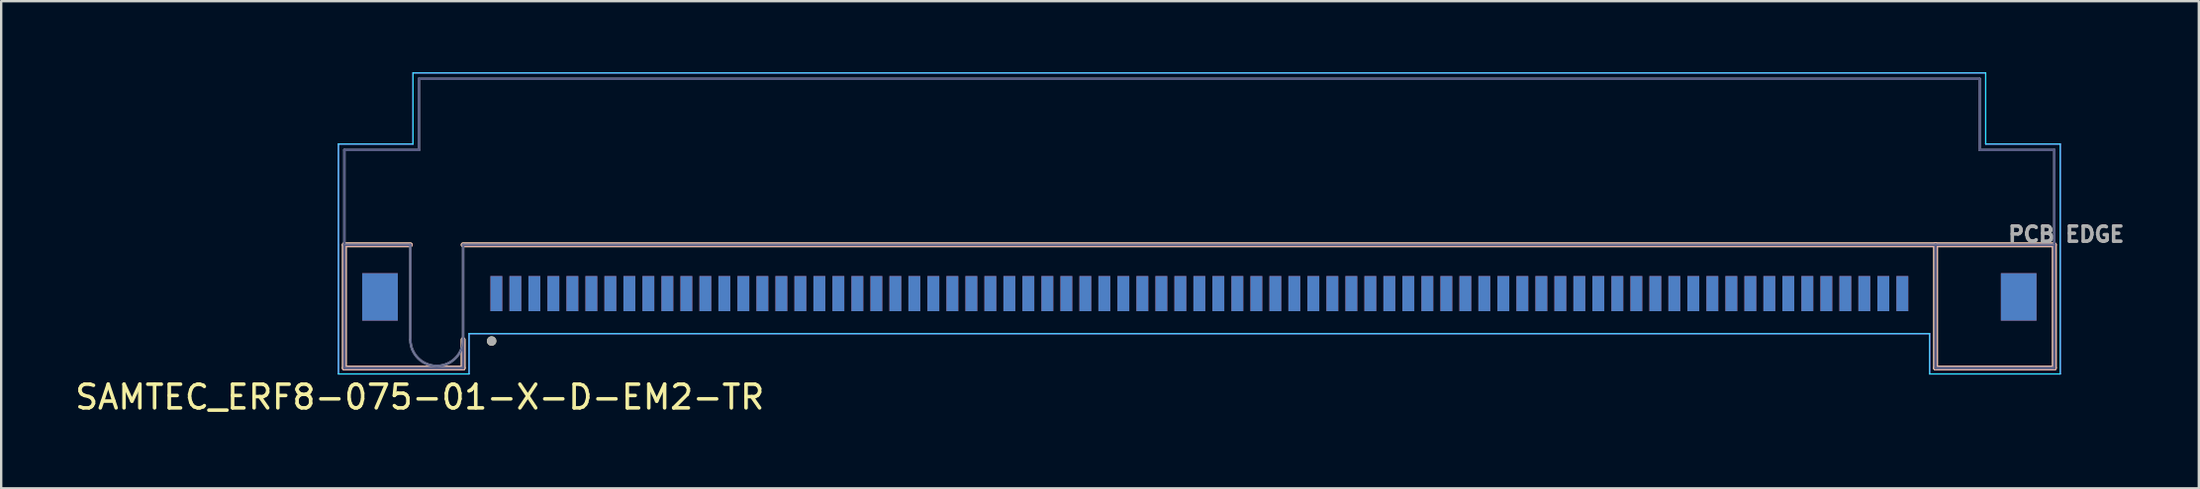
<source format=kicad_pcb>
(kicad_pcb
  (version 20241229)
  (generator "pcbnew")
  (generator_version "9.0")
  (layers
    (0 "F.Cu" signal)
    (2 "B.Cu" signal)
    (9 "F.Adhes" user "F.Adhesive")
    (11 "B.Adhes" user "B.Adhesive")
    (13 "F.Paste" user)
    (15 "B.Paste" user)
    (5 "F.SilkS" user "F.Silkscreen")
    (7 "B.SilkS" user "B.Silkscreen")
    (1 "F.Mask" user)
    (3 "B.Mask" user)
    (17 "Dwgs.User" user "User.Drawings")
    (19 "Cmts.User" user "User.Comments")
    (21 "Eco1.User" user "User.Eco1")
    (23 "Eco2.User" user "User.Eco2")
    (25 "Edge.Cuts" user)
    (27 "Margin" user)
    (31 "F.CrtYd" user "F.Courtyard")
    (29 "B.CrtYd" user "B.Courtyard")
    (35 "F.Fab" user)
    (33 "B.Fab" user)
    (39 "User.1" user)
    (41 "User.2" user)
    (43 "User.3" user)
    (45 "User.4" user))
  (footprint "SAMTEC_ERF8-075-01-X-D-EM2-TR"
    (layer "F.Cu")
    (at 47.45 9.335)
    (property "Reference" "SAMTEC_ERF8-075-01-X-D-EM2-TR" (at -32.825 4.365 0) (layer "F.SilkS") (effects (font (size 1 1) (thickness 0.15))))
    (attr smd)
    (fp_line (start -36 -2.06) (end -33.22 -2.06) (stroke (width 0.2) (type solid)) (layer "F.SilkS"))
    (fp_line (start -36 3.14) (end -36 -2.06) (stroke (width 0.2) (type solid)) (layer "F.SilkS"))
    (fp_line (start -31 -2.06) (end 31 -2.06) (stroke (width 0.2) (type solid)) (layer "F.SilkS"))
    (fp_line (start -31 3.14) (end -36 3.14) (stroke (width 0.2) (type solid)) (layer "F.SilkS"))
    (fp_line (start -31 3.14) (end -31 1.94) (stroke (width 0.2) (type solid)) (layer "F.SilkS"))
    (fp_line (start 31 -2.06) (end 36 -2.06) (stroke (width 0.2) (type solid)) (layer "F.SilkS"))
    (fp_line (start 31 3.14) (end 31 -2.06) (stroke (width 0.2) (type solid)) (layer "F.SilkS"))
    (fp_line (start 36 -2.06) (end 36 3.14) (stroke (width 0.2) (type solid)) (layer "F.SilkS"))
    (fp_line (start 36 3.14) (end 31 3.14) (stroke (width 0.2) (type solid)) (layer "F.SilkS"))
    (fp_circle (center -29.8 2) (end -29.7 2) (stroke (width 0.2) (type solid)) (fill no) (layer "F.SilkS"))
    (fp_line (start -36 -2.06) (end -33.22 -2.06) (stroke (width 0.2) (type solid)) (layer "B.SilkS"))
    (fp_line (start -36 3.14) (end -36 -2.06) (stroke (width 0.2) (type solid)) (layer "B.SilkS"))
    (fp_line (start -31 -2.06) (end 31 -2.06) (stroke (width 0.2) (type solid)) (layer "B.SilkS"))
    (fp_line (start -31 3.14) (end -36 3.14) (stroke (width 0.2) (type solid)) (layer "B.SilkS"))
    (fp_line (start -31 3.14) (end -31 1.94) (stroke (width 0.2) (type solid)) (layer "B.SilkS"))
    (fp_line (start 31 -2.06) (end 36 -2.06) (stroke (width 0.2) (type solid)) (layer "B.SilkS"))
    (fp_line (start 31 3.14) (end 31 -2.06) (stroke (width 0.2) (type solid)) (layer "B.SilkS"))
    (fp_line (start 36 -2.06) (end 36 3.14) (stroke (width 0.2) (type solid)) (layer "B.SilkS"))
    (fp_line (start 36 3.14) (end 31 3.14) (stroke (width 0.2) (type solid)) (layer "B.SilkS"))
    (fp_poly (pts (xy -29.78 1.44) (xy -29.42 1.44) (xy -29.42 0.17) (xy -29.6 -0.087) (xy -29.78 0.17)) (stroke (width 0.01) (type solid)) (fill yes) (layer "F.Paste"))
    (fp_poly (pts (xy -28.98 1.44) (xy -28.62 1.44) (xy -28.62 0.17) (xy -28.8 -0.087) (xy -28.98 0.17)) (stroke (width 0.01) (type solid)) (fill yes) (layer "F.Paste"))
    (fp_poly (pts (xy -28.18 1.44) (xy -27.82 1.44) (xy -27.82 0.17) (xy -28 -0.087) (xy -28.18 0.17)) (stroke (width 0.01) (type solid)) (fill yes) (layer "F.Paste"))
    (fp_poly (pts (xy -27.38 1.44) (xy -27.02 1.44) (xy -27.02 0.17) (xy -27.2 -0.087) (xy -27.38 0.17)) (stroke (width 0.01) (type solid)) (fill yes) (layer "F.Paste"))
    (fp_poly (pts (xy -26.58 1.44) (xy -26.22 1.44) (xy -26.22 0.17) (xy -26.4 -0.087) (xy -26.58 0.17)) (stroke (width 0.01) (type solid)) (fill yes) (layer "F.Paste"))
    (fp_poly (pts (xy -25.78 1.44) (xy -25.42 1.44) (xy -25.42 0.17) (xy -25.6 -0.087) (xy -25.78 0.17)) (stroke (width 0.01) (type solid)) (fill yes) (layer "F.Paste"))
    (fp_poly (pts (xy -24.98 1.44) (xy -24.62 1.44) (xy -24.62 0.17) (xy -24.8 -0.087) (xy -24.98 0.17)) (stroke (width 0.01) (type solid)) (fill yes) (layer "F.Paste"))
    (fp_poly (pts (xy -24.18 1.44) (xy -23.82 1.44) (xy -23.82 0.17) (xy -24 -0.087) (xy -24.18 0.17)) (stroke (width 0.01) (type solid)) (fill yes) (layer "F.Paste"))
    (fp_poly (pts (xy -23.38 1.44) (xy -23.02 1.44) (xy -23.02 0.17) (xy -23.2 -0.087) (xy -23.38 0.17)) (stroke (width 0.01) (type solid)) (fill yes) (layer "F.Paste"))
    (fp_poly (pts (xy -22.58 1.44) (xy -22.22 1.44) (xy -22.22 0.17) (xy -22.4 -0.087) (xy -22.58 0.17)) (stroke (width 0.01) (type solid)) (fill yes) (layer "F.Paste"))
    (fp_poly (pts (xy -21.78 1.44) (xy -21.42 1.44) (xy -21.42 0.17) (xy -21.6 -0.087) (xy -21.78 0.17)) (stroke (width 0.01) (type solid)) (fill yes) (layer "F.Paste"))
    (fp_poly (pts (xy -20.98 1.44) (xy -20.62 1.44) (xy -20.62 0.17) (xy -20.8 -0.087) (xy -20.98 0.17)) (stroke (width 0.01) (type solid)) (fill yes) (layer "F.Paste"))
    (fp_poly (pts (xy -20.18 1.44) (xy -19.82 1.44) (xy -19.82 0.17) (xy -20 -0.087) (xy -20.18 0.17)) (stroke (width 0.01) (type solid)) (fill yes) (layer "F.Paste"))
    (fp_poly (pts (xy -19.38 1.44) (xy -19.02 1.44) (xy -19.02 0.17) (xy -19.2 -0.087) (xy -19.38 0.17)) (stroke (width 0.01) (type solid)) (fill yes) (layer "F.Paste"))
    (fp_poly (pts (xy -18.58 1.44) (xy -18.22 1.44) (xy -18.22 0.17) (xy -18.4 -0.087) (xy -18.58 0.17)) (stroke (width 0.01) (type solid)) (fill yes) (layer "F.Paste"))
    (fp_poly (pts (xy -17.78 1.44) (xy -17.42 1.44) (xy -17.42 0.17) (xy -17.6 -0.087) (xy -17.78 0.17)) (stroke (width 0.01) (type solid)) (fill yes) (layer "F.Paste"))
    (fp_poly (pts (xy -16.98 1.44) (xy -16.62 1.44) (xy -16.62 0.17) (xy -16.8 -0.087) (xy -16.98 0.17)) (stroke (width 0.01) (type solid)) (fill yes) (layer "F.Paste"))
    (fp_poly (pts (xy -16.18 1.44) (xy -15.82 1.44) (xy -15.82 0.17) (xy -16 -0.087) (xy -16.18 0.17)) (stroke (width 0.01) (type solid)) (fill yes) (layer "F.Paste"))
    (fp_poly (pts (xy -15.38 1.44) (xy -15.02 1.44) (xy -15.02 0.17) (xy -15.2 -0.087) (xy -15.38 0.17)) (stroke (width 0.01) (type solid)) (fill yes) (layer "F.Paste"))
    (fp_poly (pts (xy -14.58 1.44) (xy -14.22 1.44) (xy -14.22 0.17) (xy -14.4 -0.087) (xy -14.58 0.17)) (stroke (width 0.01) (type solid)) (fill yes) (layer "F.Paste"))
    (fp_poly (pts (xy -13.78 1.44) (xy -13.42 1.44) (xy -13.42 0.17) (xy -13.6 -0.087) (xy -13.78 0.17)) (stroke (width 0.01) (type solid)) (fill yes) (layer "F.Paste"))
    (fp_poly (pts (xy -12.98 1.44) (xy -12.62 1.44) (xy -12.62 0.17) (xy -12.8 -0.087) (xy -12.98 0.17)) (stroke (width 0.01) (type solid)) (fill yes) (layer "F.Paste"))
    (fp_poly (pts (xy -12.18 1.44) (xy -11.82 1.44) (xy -11.82 0.17) (xy -12 -0.087) (xy -12.18 0.17)) (stroke (width 0.01) (type solid)) (fill yes) (layer "F.Paste"))
    (fp_poly (pts (xy -11.38 1.44) (xy -11.02 1.44) (xy -11.02 0.17) (xy -11.2 -0.087) (xy -11.38 0.17)) (stroke (width 0.01) (type solid)) (fill yes) (layer "F.Paste"))
    (fp_poly (pts (xy -10.58 1.44) (xy -10.22 1.44) (xy -10.22 0.17) (xy -10.4 -0.087) (xy -10.58 0.17)) (stroke (width 0.01) (type solid)) (fill yes) (layer "F.Paste"))
    (fp_poly (pts (xy -9.78 1.44) (xy -9.42 1.44) (xy -9.42 0.17) (xy -9.6 -0.087) (xy -9.78 0.17)) (stroke (width 0.01) (type solid)) (fill yes) (layer "F.Paste"))
    (fp_poly (pts (xy -8.98 1.44) (xy -8.62 1.44) (xy -8.62 0.17) (xy -8.8 -0.087) (xy -8.98 0.17)) (stroke (width 0.01) (type solid)) (fill yes) (layer "F.Paste"))
    (fp_poly (pts (xy -8.18 1.44) (xy -7.82 1.44) (xy -7.82 0.17) (xy -8 -0.087) (xy -8.18 0.17)) (stroke (width 0.01) (type solid)) (fill yes) (layer "F.Paste"))
    (fp_poly (pts (xy -7.38 1.44) (xy -7.02 1.44) (xy -7.02 0.17) (xy -7.2 -0.087) (xy -7.38 0.17)) (stroke (width 0.01) (type solid)) (fill yes) (layer "F.Paste"))
    (fp_poly (pts (xy -6.58 1.44) (xy -6.22 1.44) (xy -6.22 0.17) (xy -6.4 -0.087) (xy -6.58 0.17)) (stroke (width 0.01) (type solid)) (fill yes) (layer "F.Paste"))
    (fp_poly (pts (xy -5.78 1.44) (xy -5.42 1.44) (xy -5.42 0.17) (xy -5.6 -0.087) (xy -5.78 0.17)) (stroke (width 0.01) (type solid)) (fill yes) (layer "F.Paste"))
    (fp_poly (pts (xy -4.98 1.44) (xy -4.62 1.44) (xy -4.62 0.17) (xy -4.8 -0.087) (xy -4.98 0.17)) (stroke (width 0.01) (type solid)) (fill yes) (layer "F.Paste"))
    (fp_poly (pts (xy -4.18 1.44) (xy -3.82 1.44) (xy -3.82 0.17) (xy -4 -0.087) (xy -4.18 0.17)) (stroke (width 0.01) (type solid)) (fill yes) (layer "F.Paste"))
    (fp_poly (pts (xy -3.38 1.44) (xy -3.02 1.44) (xy -3.02 0.17) (xy -3.2 -0.087) (xy -3.38 0.17)) (stroke (width 0.01) (type solid)) (fill yes) (layer "F.Paste"))
    (fp_poly (pts (xy -2.58 1.44) (xy -2.22 1.44) (xy -2.22 0.17) (xy -2.4 -0.087) (xy -2.58 0.17)) (stroke (width 0.01) (type solid)) (fill yes) (layer "F.Paste"))
    (fp_poly (pts (xy -1.78 1.44) (xy -1.42 1.44) (xy -1.42 0.17) (xy -1.6 -0.087) (xy -1.78 0.17)) (stroke (width 0.01) (type solid)) (fill yes) (layer "F.Paste"))
    (fp_poly (pts (xy -0.98 1.44) (xy -0.62 1.44) (xy -0.62 0.17) (xy -0.8 -0.087) (xy -0.98 0.17)) (stroke (width 0.01) (type solid)) (fill yes) (layer "F.Paste"))
    (fp_poly (pts (xy -0.18 1.44) (xy 0.18 1.44) (xy 0.18 0.17) (xy 0 -0.087) (xy -0.18 0.17)) (stroke (width 0.01) (type solid)) (fill yes) (layer "F.Paste"))
    (fp_poly (pts (xy 0.62 1.44) (xy 0.98 1.44) (xy 0.98 0.17) (xy 0.8 -0.087) (xy 0.62 0.17)) (stroke (width 0.01) (type solid)) (fill yes) (layer "F.Paste"))
    (fp_poly (pts (xy 1.42 1.44) (xy 1.78 1.44) (xy 1.78 0.17) (xy 1.6 -0.087) (xy 1.42 0.17)) (stroke (width 0.01) (type solid)) (fill yes) (layer "F.Paste"))
    (fp_poly (pts (xy 2.22 1.44) (xy 2.58 1.44) (xy 2.58 0.17) (xy 2.4 -0.087) (xy 2.22 0.17)) (stroke (width 0.01) (type solid)) (fill yes) (layer "F.Paste"))
    (fp_poly (pts (xy 3.02 1.44) (xy 3.38 1.44) (xy 3.38 0.17) (xy 3.2 -0.087) (xy 3.02 0.17)) (stroke (width 0.01) (type solid)) (fill yes) (layer "F.Paste"))
    (fp_poly (pts (xy 3.82 1.44) (xy 4.18 1.44) (xy 4.18 0.17) (xy 4 -0.087) (xy 3.82 0.17)) (stroke (width 0.01) (type solid)) (fill yes) (layer "F.Paste"))
    (fp_poly (pts (xy 4.62 1.44) (xy 4.98 1.44) (xy 4.98 0.17) (xy 4.8 -0.087) (xy 4.62 0.17)) (stroke (width 0.01) (type solid)) (fill yes) (layer "F.Paste"))
    (fp_poly (pts (xy 5.42 1.44) (xy 5.78 1.44) (xy 5.78 0.17) (xy 5.6 -0.087) (xy 5.42 0.17)) (stroke (width 0.01) (type solid)) (fill yes) (layer "F.Paste"))
    (fp_poly (pts (xy 6.22 1.44) (xy 6.58 1.44) (xy 6.58 0.17) (xy 6.4 -0.087) (xy 6.22 0.17)) (stroke (width 0.01) (type solid)) (fill yes) (layer "F.Paste"))
    (fp_poly (pts (xy 7.02 1.44) (xy 7.38 1.44) (xy 7.38 0.17) (xy 7.2 -0.087) (xy 7.02 0.17)) (stroke (width 0.01) (type solid)) (fill yes) (layer "F.Paste"))
    (fp_poly (pts (xy 7.82 1.44) (xy 8.18 1.44) (xy 8.18 0.17) (xy 8 -0.087) (xy 7.82 0.17)) (stroke (width 0.01) (type solid)) (fill yes) (layer "F.Paste"))
    (fp_poly (pts (xy 8.62 1.44) (xy 8.98 1.44) (xy 8.98 0.17) (xy 8.8 -0.087) (xy 8.62 0.17)) (stroke (width 0.01) (type solid)) (fill yes) (layer "F.Paste"))
    (fp_poly (pts (xy 9.42 1.44) (xy 9.78 1.44) (xy 9.78 0.17) (xy 9.6 -0.087) (xy 9.42 0.17)) (stroke (width 0.01) (type solid)) (fill yes) (layer "F.Paste"))
    (fp_poly (pts (xy 10.22 1.44) (xy 10.58 1.44) (xy 10.58 0.17) (xy 10.4 -0.087) (xy 10.22 0.17)) (stroke (width 0.01) (type solid)) (fill yes) (layer "F.Paste"))
    (fp_poly (pts (xy 11.02 1.44) (xy 11.38 1.44) (xy 11.38 0.17) (xy 11.2 -0.087) (xy 11.02 0.17)) (stroke (width 0.01) (type solid)) (fill yes) (layer "F.Paste"))
    (fp_poly (pts (xy 11.82 1.44) (xy 12.18 1.44) (xy 12.18 0.17) (xy 12 -0.087) (xy 11.82 0.17)) (stroke (width 0.01) (type solid)) (fill yes) (layer "F.Paste"))
    (fp_poly (pts (xy 12.62 1.44) (xy 12.98 1.44) (xy 12.98 0.17) (xy 12.8 -0.087) (xy 12.62 0.17)) (stroke (width 0.01) (type solid)) (fill yes) (layer "F.Paste"))
    (fp_poly (pts (xy 13.42 1.44) (xy 13.78 1.44) (xy 13.78 0.17) (xy 13.6 -0.087) (xy 13.42 0.17)) (stroke (width 0.01) (type solid)) (fill yes) (layer "F.Paste"))
    (fp_poly (pts (xy 14.22 1.44) (xy 14.58 1.44) (xy 14.58 0.17) (xy 14.4 -0.087) (xy 14.22 0.17)) (stroke (width 0.01) (type solid)) (fill yes) (layer "F.Paste"))
    (fp_poly (pts (xy 15.02 1.44) (xy 15.38 1.44) (xy 15.38 0.17) (xy 15.2 -0.087) (xy 15.02 0.17)) (stroke (width 0.01) (type solid)) (fill yes) (layer "F.Paste"))
    (fp_poly (pts (xy 15.82 1.44) (xy 16.18 1.44) (xy 16.18 0.17) (xy 16 -0.087) (xy 15.82 0.17)) (stroke (width 0.01) (type solid)) (fill yes) (layer "F.Paste"))
    (fp_poly (pts (xy 16.62 1.44) (xy 16.98 1.44) (xy 16.98 0.17) (xy 16.8 -0.087) (xy 16.62 0.17)) (stroke (width 0.01) (type solid)) (fill yes) (layer "F.Paste"))
    (fp_poly (pts (xy 17.42 1.44) (xy 17.78 1.44) (xy 17.78 0.17) (xy 17.6 -0.087) (xy 17.42 0.17)) (stroke (width 0.01) (type solid)) (fill yes) (layer "F.Paste"))
    (fp_poly (pts (xy 18.22 1.44) (xy 18.58 1.44) (xy 18.58 0.17) (xy 18.4 -0.087) (xy 18.22 0.17)) (stroke (width 0.01) (type solid)) (fill yes) (layer "F.Paste"))
    (fp_poly (pts (xy 19.02 1.44) (xy 19.38 1.44) (xy 19.38 0.17) (xy 19.2 -0.087) (xy 19.02 0.17)) (stroke (width 0.01) (type solid)) (fill yes) (layer "F.Paste"))
    (fp_poly (pts (xy 19.82 1.44) (xy 20.18 1.44) (xy 20.18 0.17) (xy 20 -0.087) (xy 19.82 0.17)) (stroke (width 0.01) (type solid)) (fill yes) (layer "F.Paste"))
    (fp_poly (pts (xy 20.62 1.44) (xy 20.98 1.44) (xy 20.98 0.17) (xy 20.8 -0.087) (xy 20.62 0.17)) (stroke (width 0.01) (type solid)) (fill yes) (layer "F.Paste"))
    (fp_poly (pts (xy 21.42 1.44) (xy 21.78 1.44) (xy 21.78 0.17) (xy 21.6 -0.087) (xy 21.42 0.17)) (stroke (width 0.01) (type solid)) (fill yes) (layer "F.Paste"))
    (fp_poly (pts (xy 22.22 1.44) (xy 22.58 1.44) (xy 22.58 0.17) (xy 22.4 -0.087) (xy 22.22 0.17)) (stroke (width 0.01) (type solid)) (fill yes) (layer "F.Paste"))
    (fp_poly (pts (xy 23.02 1.44) (xy 23.38 1.44) (xy 23.38 0.17) (xy 23.2 -0.087) (xy 23.02 0.17)) (stroke (width 0.01) (type solid)) (fill yes) (layer "F.Paste"))
    (fp_poly (pts (xy 23.82 1.44) (xy 24.18 1.44) (xy 24.18 0.17) (xy 24 -0.087) (xy 23.82 0.17)) (stroke (width 0.01) (type solid)) (fill yes) (layer "F.Paste"))
    (fp_poly (pts (xy 24.62 1.44) (xy 24.98 1.44) (xy 24.98 0.17) (xy 24.8 -0.087) (xy 24.62 0.17)) (stroke (width 0.01) (type solid)) (fill yes) (layer "F.Paste"))
    (fp_poly (pts (xy 25.42 1.44) (xy 25.78 1.44) (xy 25.78 0.17) (xy 25.6 -0.087) (xy 25.42 0.17)) (stroke (width 0.01) (type solid)) (fill yes) (layer "F.Paste"))
    (fp_poly (pts (xy 26.22 1.44) (xy 26.58 1.44) (xy 26.58 0.17) (xy 26.4 -0.087) (xy 26.22 0.17)) (stroke (width 0.01) (type solid)) (fill yes) (layer "F.Paste"))
    (fp_poly (pts (xy 27.02 1.44) (xy 27.38 1.44) (xy 27.38 0.17) (xy 27.2 -0.087) (xy 27.02 0.17)) (stroke (width 0.01) (type solid)) (fill yes) (layer "F.Paste"))
    (fp_poly (pts (xy 27.82 1.44) (xy 28.18 1.44) (xy 28.18 0.17) (xy 28 -0.087) (xy 27.82 0.17)) (stroke (width 0.01) (type solid)) (fill yes) (layer "F.Paste"))
    (fp_poly (pts (xy 28.62 1.44) (xy 28.98 1.44) (xy 28.98 0.17) (xy 28.8 -0.087) (xy 28.62 0.17)) (stroke (width 0.01) (type solid)) (fill yes) (layer "F.Paste"))
    (fp_poly (pts (xy 29.42 1.44) (xy 29.78 1.44) (xy 29.78 0.17) (xy 29.6 -0.087) (xy 29.42 0.17)) (stroke (width 0.01) (type solid)) (fill yes) (layer "F.Paste"))
    (fp_poly (pts (xy -29.78 1.44) (xy -29.42 1.44) (xy -29.42 0.17) (xy -29.6 -0.087) (xy -29.78 0.17)) (stroke (width 0.01) (type solid)) (fill yes) (layer "B.Paste"))
    (fp_poly (pts (xy -28.98 1.44) (xy -28.62 1.44) (xy -28.62 0.17) (xy -28.8 -0.087) (xy -28.98 0.17)) (stroke (width 0.01) (type solid)) (fill yes) (layer "B.Paste"))
    (fp_poly (pts (xy -28.18 1.44) (xy -27.82 1.44) (xy -27.82 0.17) (xy -28 -0.087) (xy -28.18 0.17)) (stroke (width 0.01) (type solid)) (fill yes) (layer "B.Paste"))
    (fp_poly (pts (xy -27.38 1.44) (xy -27.02 1.44) (xy -27.02 0.17) (xy -27.2 -0.087) (xy -27.38 0.17)) (stroke (width 0.01) (type solid)) (fill yes) (layer "B.Paste"))
    (fp_poly (pts (xy -26.58 1.44) (xy -26.22 1.44) (xy -26.22 0.17) (xy -26.4 -0.087) (xy -26.58 0.17)) (stroke (width 0.01) (type solid)) (fill yes) (layer "B.Paste"))
    (fp_poly (pts (xy -25.78 1.44) (xy -25.42 1.44) (xy -25.42 0.17) (xy -25.6 -0.087) (xy -25.78 0.17)) (stroke (width 0.01) (type solid)) (fill yes) (layer "B.Paste"))
    (fp_poly (pts (xy -24.98 1.44) (xy -24.62 1.44) (xy -24.62 0.17) (xy -24.8 -0.087) (xy -24.98 0.17)) (stroke (width 0.01) (type solid)) (fill yes) (layer "B.Paste"))
    (fp_poly (pts (xy -24.18 1.44) (xy -23.82 1.44) (xy -23.82 0.17) (xy -24 -0.087) (xy -24.18 0.17)) (stroke (width 0.01) (type solid)) (fill yes) (layer "B.Paste"))
    (fp_poly (pts (xy -23.38 1.44) (xy -23.02 1.44) (xy -23.02 0.17) (xy -23.2 -0.087) (xy -23.38 0.17)) (stroke (width 0.01) (type solid)) (fill yes) (layer "B.Paste"))
    (fp_poly (pts (xy -22.58 1.44) (xy -22.22 1.44) (xy -22.22 0.17) (xy -22.4 -0.087) (xy -22.58 0.17)) (stroke (width 0.01) (type solid)) (fill yes) (layer "B.Paste"))
    (fp_poly (pts (xy -21.78 1.44) (xy -21.42 1.44) (xy -21.42 0.17) (xy -21.6 -0.087) (xy -21.78 0.17)) (stroke (width 0.01) (type solid)) (fill yes) (layer "B.Paste"))
    (fp_poly (pts (xy -20.98 1.44) (xy -20.62 1.44) (xy -20.62 0.17) (xy -20.8 -0.087) (xy -20.98 0.17)) (stroke (width 0.01) (type solid)) (fill yes) (layer "B.Paste"))
    (fp_poly (pts (xy -20.18 1.44) (xy -19.82 1.44) (xy -19.82 0.17) (xy -20 -0.087) (xy -20.18 0.17)) (stroke (width 0.01) (type solid)) (fill yes) (layer "B.Paste"))
    (fp_poly (pts (xy -19.38 1.44) (xy -19.02 1.44) (xy -19.02 0.17) (xy -19.2 -0.087) (xy -19.38 0.17)) (stroke (width 0.01) (type solid)) (fill yes) (layer "B.Paste"))
    (fp_poly (pts (xy -18.58 1.44) (xy -18.22 1.44) (xy -18.22 0.17) (xy -18.4 -0.087) (xy -18.58 0.17)) (stroke (width 0.01) (type solid)) (fill yes) (layer "B.Paste"))
    (fp_poly (pts (xy -17.78 1.44) (xy -17.42 1.44) (xy -17.42 0.17) (xy -17.6 -0.087) (xy -17.78 0.17)) (stroke (width 0.01) (type solid)) (fill yes) (layer "B.Paste"))
    (fp_poly (pts (xy -16.98 1.44) (xy -16.62 1.44) (xy -16.62 0.17) (xy -16.8 -0.087) (xy -16.98 0.17)) (stroke (width 0.01) (type solid)) (fill yes) (layer "B.Paste"))
    (fp_poly (pts (xy -16.18 1.44) (xy -15.82 1.44) (xy -15.82 0.17) (xy -16 -0.087) (xy -16.18 0.17)) (stroke (width 0.01) (type solid)) (fill yes) (layer "B.Paste"))
    (fp_poly (pts (xy -15.38 1.44) (xy -15.02 1.44) (xy -15.02 0.17) (xy -15.2 -0.087) (xy -15.38 0.17)) (stroke (width 0.01) (type solid)) (fill yes) (layer "B.Paste"))
    (fp_poly (pts (xy -14.58 1.44) (xy -14.22 1.44) (xy -14.22 0.17) (xy -14.4 -0.087) (xy -14.58 0.17)) (stroke (width 0.01) (type solid)) (fill yes) (layer "B.Paste"))
    (fp_poly (pts (xy -13.78 1.44) (xy -13.42 1.44) (xy -13.42 0.17) (xy -13.6 -0.087) (xy -13.78 0.17)) (stroke (width 0.01) (type solid)) (fill yes) (layer "B.Paste"))
    (fp_poly (pts (xy -12.98 1.44) (xy -12.62 1.44) (xy -12.62 0.17) (xy -12.8 -0.087) (xy -12.98 0.17)) (stroke (width 0.01) (type solid)) (fill yes) (layer "B.Paste"))
    (fp_poly (pts (xy -12.18 1.44) (xy -11.82 1.44) (xy -11.82 0.17) (xy -12 -0.087) (xy -12.18 0.17)) (stroke (width 0.01) (type solid)) (fill yes) (layer "B.Paste"))
    (fp_poly (pts (xy -11.38 1.44) (xy -11.02 1.44) (xy -11.02 0.17) (xy -11.2 -0.087) (xy -11.38 0.17)) (stroke (width 0.01) (type solid)) (fill yes) (layer "B.Paste"))
    (fp_poly (pts (xy -10.58 1.44) (xy -10.22 1.44) (xy -10.22 0.17) (xy -10.4 -0.087) (xy -10.58 0.17)) (stroke (width 0.01) (type solid)) (fill yes) (layer "B.Paste"))
    (fp_poly (pts (xy -9.78 1.44) (xy -9.42 1.44) (xy -9.42 0.17) (xy -9.6 -0.087) (xy -9.78 0.17)) (stroke (width 0.01) (type solid)) (fill yes) (layer "B.Paste"))
    (fp_poly (pts (xy -8.98 1.44) (xy -8.62 1.44) (xy -8.62 0.17) (xy -8.8 -0.087) (xy -8.98 0.17)) (stroke (width 0.01) (type solid)) (fill yes) (layer "B.Paste"))
    (fp_poly (pts (xy -8.18 1.44) (xy -7.82 1.44) (xy -7.82 0.17) (xy -8 -0.087) (xy -8.18 0.17)) (stroke (width 0.01) (type solid)) (fill yes) (layer "B.Paste"))
    (fp_poly (pts (xy -7.38 1.44) (xy -7.02 1.44) (xy -7.02 0.17) (xy -7.2 -0.087) (xy -7.38 0.17)) (stroke (width 0.01) (type solid)) (fill yes) (layer "B.Paste"))
    (fp_poly (pts (xy -6.58 1.44) (xy -6.22 1.44) (xy -6.22 0.17) (xy -6.4 -0.087) (xy -6.58 0.17)) (stroke (width 0.01) (type solid)) (fill yes) (layer "B.Paste"))
    (fp_poly (pts (xy -5.78 1.44) (xy -5.42 1.44) (xy -5.42 0.17) (xy -5.6 -0.087) (xy -5.78 0.17)) (stroke (width 0.01) (type solid)) (fill yes) (layer "B.Paste"))
    (fp_poly (pts (xy -4.98 1.44) (xy -4.62 1.44) (xy -4.62 0.17) (xy -4.8 -0.087) (xy -4.98 0.17)) (stroke (width 0.01) (type solid)) (fill yes) (layer "B.Paste"))
    (fp_poly (pts (xy -4.18 1.44) (xy -3.82 1.44) (xy -3.82 0.17) (xy -4 -0.087) (xy -4.18 0.17)) (stroke (width 0.01) (type solid)) (fill yes) (layer "B.Paste"))
    (fp_poly (pts (xy -3.38 1.44) (xy -3.02 1.44) (xy -3.02 0.17) (xy -3.2 -0.087) (xy -3.38 0.17)) (stroke (width 0.01) (type solid)) (fill yes) (layer "B.Paste"))
    (fp_poly (pts (xy -2.58 1.44) (xy -2.22 1.44) (xy -2.22 0.17) (xy -2.4 -0.087) (xy -2.58 0.17)) (stroke (width 0.01) (type solid)) (fill yes) (layer "B.Paste"))
    (fp_poly (pts (xy -1.78 1.44) (xy -1.42 1.44) (xy -1.42 0.17) (xy -1.6 -0.087) (xy -1.78 0.17)) (stroke (width 0.01) (type solid)) (fill yes) (layer "B.Paste"))
    (fp_poly (pts (xy -0.98 1.44) (xy -0.62 1.44) (xy -0.62 0.17) (xy -0.8 -0.087) (xy -0.98 0.17)) (stroke (width 0.01) (type solid)) (fill yes) (layer "B.Paste"))
    (fp_poly (pts (xy -0.18 1.44) (xy 0.18 1.44) (xy 0.18 0.17) (xy 0 -0.087) (xy -0.18 0.17)) (stroke (width 0.01) (type solid)) (fill yes) (layer "B.Paste"))
    (fp_poly (pts (xy 0.62 1.44) (xy 0.98 1.44) (xy 0.98 0.17) (xy 0.8 -0.087) (xy 0.62 0.17)) (stroke (width 0.01) (type solid)) (fill yes) (layer "B.Paste"))
    (fp_poly (pts (xy 1.42 1.44) (xy 1.78 1.44) (xy 1.78 0.17) (xy 1.6 -0.087) (xy 1.42 0.17)) (stroke (width 0.01) (type solid)) (fill yes) (layer "B.Paste"))
    (fp_poly (pts (xy 2.22 1.44) (xy 2.58 1.44) (xy 2.58 0.17) (xy 2.4 -0.087) (xy 2.22 0.17)) (stroke (width 0.01) (type solid)) (fill yes) (layer "B.Paste"))
    (fp_poly (pts (xy 3.02 1.44) (xy 3.38 1.44) (xy 3.38 0.17) (xy 3.2 -0.087) (xy 3.02 0.17)) (stroke (width 0.01) (type solid)) (fill yes) (layer "B.Paste"))
    (fp_poly (pts (xy 3.82 1.44) (xy 4.18 1.44) (xy 4.18 0.17) (xy 4 -0.087) (xy 3.82 0.17)) (stroke (width 0.01) (type solid)) (fill yes) (layer "B.Paste"))
    (fp_poly (pts (xy 4.62 1.44) (xy 4.98 1.44) (xy 4.98 0.17) (xy 4.8 -0.087) (xy 4.62 0.17)) (stroke (width 0.01) (type solid)) (fill yes) (layer "B.Paste"))
    (fp_poly (pts (xy 5.42 1.44) (xy 5.78 1.44) (xy 5.78 0.17) (xy 5.6 -0.087) (xy 5.42 0.17)) (stroke (width 0.01) (type solid)) (fill yes) (layer "B.Paste"))
    (fp_poly (pts (xy 6.22 1.44) (xy 6.58 1.44) (xy 6.58 0.17) (xy 6.4 -0.087) (xy 6.22 0.17)) (stroke (width 0.01) (type solid)) (fill yes) (layer "B.Paste"))
    (fp_poly (pts (xy 7.02 1.44) (xy 7.38 1.44) (xy 7.38 0.17) (xy 7.2 -0.087) (xy 7.02 0.17)) (stroke (width 0.01) (type solid)) (fill yes) (layer "B.Paste"))
    (fp_poly (pts (xy 7.82 1.44) (xy 8.18 1.44) (xy 8.18 0.17) (xy 8 -0.087) (xy 7.82 0.17)) (stroke (width 0.01) (type solid)) (fill yes) (layer "B.Paste"))
    (fp_poly (pts (xy 8.62 1.44) (xy 8.98 1.44) (xy 8.98 0.17) (xy 8.8 -0.087) (xy 8.62 0.17)) (stroke (width 0.01) (type solid)) (fill yes) (layer "B.Paste"))
    (fp_poly (pts (xy 9.42 1.44) (xy 9.78 1.44) (xy 9.78 0.17) (xy 9.6 -0.087) (xy 9.42 0.17)) (stroke (width 0.01) (type solid)) (fill yes) (layer "B.Paste"))
    (fp_poly (pts (xy 10.22 1.44) (xy 10.58 1.44) (xy 10.58 0.17) (xy 10.4 -0.087) (xy 10.22 0.17)) (stroke (width 0.01) (type solid)) (fill yes) (layer "B.Paste"))
    (fp_poly (pts (xy 11.02 1.44) (xy 11.38 1.44) (xy 11.38 0.17) (xy 11.2 -0.087) (xy 11.02 0.17)) (stroke (width 0.01) (type solid)) (fill yes) (layer "B.Paste"))
    (fp_poly (pts (xy 11.82 1.44) (xy 12.18 1.44) (xy 12.18 0.17) (xy 12 -0.087) (xy 11.82 0.17)) (stroke (width 0.01) (type solid)) (fill yes) (layer "B.Paste"))
    (fp_poly (pts (xy 12.62 1.44) (xy 12.98 1.44) (xy 12.98 0.17) (xy 12.8 -0.087) (xy 12.62 0.17)) (stroke (width 0.01) (type solid)) (fill yes) (layer "B.Paste"))
    (fp_poly (pts (xy 13.42 1.44) (xy 13.78 1.44) (xy 13.78 0.17) (xy 13.6 -0.087) (xy 13.42 0.17)) (stroke (width 0.01) (type solid)) (fill yes) (layer "B.Paste"))
    (fp_poly (pts (xy 14.22 1.44) (xy 14.58 1.44) (xy 14.58 0.17) (xy 14.4 -0.087) (xy 14.22 0.17)) (stroke (width 0.01) (type solid)) (fill yes) (layer "B.Paste"))
    (fp_poly (pts (xy 15.02 1.44) (xy 15.38 1.44) (xy 15.38 0.17) (xy 15.2 -0.087) (xy 15.02 0.17)) (stroke (width 0.01) (type solid)) (fill yes) (layer "B.Paste"))
    (fp_poly (pts (xy 15.82 1.44) (xy 16.18 1.44) (xy 16.18 0.17) (xy 16 -0.087) (xy 15.82 0.17)) (stroke (width 0.01) (type solid)) (fill yes) (layer "B.Paste"))
    (fp_poly (pts (xy 16.62 1.44) (xy 16.98 1.44) (xy 16.98 0.17) (xy 16.8 -0.087) (xy 16.62 0.17)) (stroke (width 0.01) (type solid)) (fill yes) (layer "B.Paste"))
    (fp_poly (pts (xy 17.42 1.44) (xy 17.78 1.44) (xy 17.78 0.17) (xy 17.6 -0.087) (xy 17.42 0.17)) (stroke (width 0.01) (type solid)) (fill yes) (layer "B.Paste"))
    (fp_poly (pts (xy 18.22 1.44) (xy 18.58 1.44) (xy 18.58 0.17) (xy 18.4 -0.087) (xy 18.22 0.17)) (stroke (width 0.01) (type solid)) (fill yes) (layer "B.Paste"))
    (fp_poly (pts (xy 19.02 1.44) (xy 19.38 1.44) (xy 19.38 0.17) (xy 19.2 -0.087) (xy 19.02 0.17)) (stroke (width 0.01) (type solid)) (fill yes) (layer "B.Paste"))
    (fp_poly (pts (xy 19.82 1.44) (xy 20.18 1.44) (xy 20.18 0.17) (xy 20 -0.087) (xy 19.82 0.17)) (stroke (width 0.01) (type solid)) (fill yes) (layer "B.Paste"))
    (fp_poly (pts (xy 20.62 1.44) (xy 20.98 1.44) (xy 20.98 0.17) (xy 20.8 -0.087) (xy 20.62 0.17)) (stroke (width 0.01) (type solid)) (fill yes) (layer "B.Paste"))
    (fp_poly (pts (xy 21.42 1.44) (xy 21.78 1.44) (xy 21.78 0.17) (xy 21.6 -0.087) (xy 21.42 0.17)) (stroke (width 0.01) (type solid)) (fill yes) (layer "B.Paste"))
    (fp_poly (pts (xy 22.22 1.44) (xy 22.58 1.44) (xy 22.58 0.17) (xy 22.4 -0.087) (xy 22.22 0.17)) (stroke (width 0.01) (type solid)) (fill yes) (layer "B.Paste"))
    (fp_poly (pts (xy 23.02 1.44) (xy 23.38 1.44) (xy 23.38 0.17) (xy 23.2 -0.087) (xy 23.02 0.17)) (stroke (width 0.01) (type solid)) (fill yes) (layer "B.Paste"))
    (fp_poly (pts (xy 23.82 1.44) (xy 24.18 1.44) (xy 24.18 0.17) (xy 24 -0.087) (xy 23.82 0.17)) (stroke (width 0.01) (type solid)) (fill yes) (layer "B.Paste"))
    (fp_poly (pts (xy 24.62 1.44) (xy 24.98 1.44) (xy 24.98 0.17) (xy 24.8 -0.087) (xy 24.62 0.17)) (stroke (width 0.01) (type solid)) (fill yes) (layer "B.Paste"))
    (fp_poly (pts (xy 25.42 1.44) (xy 25.78 1.44) (xy 25.78 0.17) (xy 25.6 -0.087) (xy 25.42 0.17)) (stroke (width 0.01) (type solid)) (fill yes) (layer "B.Paste"))
    (fp_poly (pts (xy 26.22 1.44) (xy 26.58 1.44) (xy 26.58 0.17) (xy 26.4 -0.087) (xy 26.22 0.17)) (stroke (width 0.01) (type solid)) (fill yes) (layer "B.Paste"))
    (fp_poly (pts (xy 27.02 1.44) (xy 27.38 1.44) (xy 27.38 0.17) (xy 27.2 -0.087) (xy 27.02 0.17)) (stroke (width 0.01) (type solid)) (fill yes) (layer "B.Paste"))
    (fp_poly (pts (xy 27.82 1.44) (xy 28.18 1.44) (xy 28.18 0.17) (xy 28 -0.087) (xy 27.82 0.17)) (stroke (width 0.01) (type solid)) (fill yes) (layer "B.Paste"))
    (fp_poly (pts (xy 28.62 1.44) (xy 28.98 1.44) (xy 28.98 0.17) (xy 28.8 -0.087) (xy 28.62 0.17)) (stroke (width 0.01) (type solid)) (fill yes) (layer "B.Paste"))
    (fp_poly (pts (xy 29.42 1.44) (xy 29.78 1.44) (xy 29.78 0.17) (xy 29.6 -0.087) (xy 29.42 0.17)) (stroke (width 0.01) (type solid)) (fill yes) (layer "B.Paste"))
    (fp_line (start -33.22 -2.06) (end -36 -2.06) (stroke (width 0.01) (type solid)) (layer "Edge.Cuts"))
    (fp_line (start -33.22 1.94) (end -33.22 -2.06) (stroke (width 0.01) (type solid)) (layer "Edge.Cuts"))
    (fp_line (start -31 -2.06) (end -31 1.94) (stroke (width 0.01) (type solid)) (layer "Edge.Cuts"))
    (fp_line (start 36 -2.06) (end -31 -2.06) (stroke (width 0.01) (type solid)) (layer "Edge.Cuts"))
    (fp_arc (start -32.11 3.05) (mid -32.894889 2.724889) (end -33.22 1.94) (stroke (width 0.01) (type solid)) (layer "Edge.Cuts"))
    (fp_arc (start -31 1.94) (mid -31.325111 2.724889) (end -32.11 3.05) (stroke (width 0.01) (type solid)) (layer "Edge.Cuts"))
    (fp_line (start -36.25 -6.31) (end -33.11 -6.31) (stroke (width 0.05) (type solid)) (layer "B.CrtYd"))
    (fp_line (start -36.25 3.39) (end -36.25 -6.31) (stroke (width 0.05) (type solid)) (layer "B.CrtYd"))
    (fp_line (start -33.11 -9.31) (end 33.11 -9.31) (stroke (width 0.05) (type solid)) (layer "B.CrtYd"))
    (fp_line (start -33.11 -6.31) (end -33.11 -9.31) (stroke (width 0.05) (type solid)) (layer "B.CrtYd"))
    (fp_line (start -30.75 1.69) (end 30.75 1.69) (stroke (width 0.05) (type solid)) (layer "B.CrtYd"))
    (fp_line (start -30.75 3.39) (end -36.25 3.39) (stroke (width 0.05) (type solid)) (layer "B.CrtYd"))
    (fp_line (start -30.75 3.39) (end -30.75 1.69) (stroke (width 0.05) (type solid)) (layer "B.CrtYd"))
    (fp_line (start 30.75 3.39) (end 30.75 1.69) (stroke (width 0.05) (type solid)) (layer "B.CrtYd"))
    (fp_line (start 33.11 -9.31) (end 33.11 -6.31) (stroke (width 0.05) (type solid)) (layer "B.CrtYd"))
    (fp_line (start 33.11 -6.31) (end 36.25 -6.31) (stroke (width 0.05) (type solid)) (layer "B.CrtYd"))
    (fp_line (start 36.25 -6.31) (end 36.25 3.39) (stroke (width 0.05) (type solid)) (layer "B.CrtYd"))
    (fp_line (start 36.25 3.39) (end 30.75 3.39) (stroke (width 0.05) (type solid)) (layer "B.CrtYd"))
    (fp_line (start -36.25 -6.31) (end -33.11 -6.31) (stroke (width 0.05) (type solid)) (layer "F.CrtYd"))
    (fp_line (start -36.25 3.39) (end -36.25 -6.31) (stroke (width 0.05) (type solid)) (layer "F.CrtYd"))
    (fp_line (start -33.11 -9.31) (end 33.11 -9.31) (stroke (width 0.05) (type solid)) (layer "F.CrtYd"))
    (fp_line (start -33.11 -6.31) (end -33.11 -9.31) (stroke (width 0.05) (type solid)) (layer "F.CrtYd"))
    (fp_line (start -30.75 1.69) (end 30.75 1.69) (stroke (width 0.05) (type solid)) (layer "F.CrtYd"))
    (fp_line (start -30.75 3.39) (end -36.25 3.39) (stroke (width 0.05) (type solid)) (layer "F.CrtYd"))
    (fp_line (start -30.75 3.39) (end -30.75 1.69) (stroke (width 0.05) (type solid)) (layer "F.CrtYd"))
    (fp_line (start 30.75 3.39) (end 30.75 1.69) (stroke (width 0.05) (type solid)) (layer "F.CrtYd"))
    (fp_line (start 33.11 -9.31) (end 33.11 -6.31) (stroke (width 0.05) (type solid)) (layer "F.CrtYd"))
    (fp_line (start 33.11 -6.31) (end 36.25 -6.31) (stroke (width 0.05) (type solid)) (layer "F.CrtYd"))
    (fp_line (start 36.25 -6.31) (end 36.25 3.39) (stroke (width 0.05) (type solid)) (layer "F.CrtYd"))
    (fp_line (start 36.25 3.39) (end 30.75 3.39) (stroke (width 0.05) (type solid)) (layer "F.CrtYd"))
    (fp_line (start -36 -6.06) (end -32.86 -6.06) (stroke (width 0.1) (type solid)) (layer "B.Fab"))
    (fp_line (start -36 -2.06) (end -36 -6.06) (stroke (width 0.1) (type solid)) (layer "B.Fab"))
    (fp_line (start -36 -2.06) (end -33.22 -2.06) (stroke (width 0.1) (type solid)) (layer "B.Fab"))
    (fp_line (start -36 3.14) (end -36 -2.06) (stroke (width 0.1) (type solid)) (layer "B.Fab"))
    (fp_line (start -33.22 -2.06) (end -33.22 1.94) (stroke (width 0.1) (type solid)) (layer "B.Fab"))
    (fp_line (start -32.86 -9.06) (end 32.86 -9.06) (stroke (width 0.1) (type solid)) (layer "B.Fab"))
    (fp_line (start -32.86 -6.06) (end -32.86 -9.06) (stroke (width 0.1) (type solid)) (layer "B.Fab"))
    (fp_line (start -31 -2.06) (end 31 -2.06) (stroke (width 0.1) (type solid)) (layer "B.Fab"))
    (fp_line (start -31 3.14) (end -36 3.14) (stroke (width 0.1) (type solid)) (layer "B.Fab"))
    (fp_line (start -31 3.14) (end -31 -2.06) (stroke (width 0.1) (type solid)) (layer "B.Fab"))
    (fp_line (start 31 -2.06) (end 36 -2.06) (stroke (width 0.1) (type solid)) (layer "B.Fab"))
    (fp_line (start 31 3.14) (end 31 -2.06) (stroke (width 0.1) (type solid)) (layer "B.Fab"))
    (fp_line (start 32.86 -9.06) (end 32.86 -6.06) (stroke (width 0.1) (type solid)) (layer "B.Fab"))
    (fp_line (start 32.86 -6.06) (end 36 -6.06) (stroke (width 0.1) (type solid)) (layer "B.Fab"))
    (fp_line (start 36 -6.06) (end 36 -2.06) (stroke (width 0.1) (type solid)) (layer "B.Fab"))
    (fp_line (start 36 -2.06) (end 36 3.14) (stroke (width 0.1) (type solid)) (layer "B.Fab"))
    (fp_line (start 36 3.14) (end 31 3.14) (stroke (width 0.1) (type solid)) (layer "B.Fab"))
    (fp_arc (start -32.11 3.05) (mid -32.894889 2.724889) (end -33.22 1.94) (stroke (width 0.1) (type solid)) (layer "B.Fab"))
    (fp_arc (start -31 1.94) (mid -31.325111 2.724889) (end -32.11 3.05) (stroke (width 0.1) (type solid)) (layer "B.Fab"))
    (fp_line (start -36 -6.06) (end -32.86 -6.06) (stroke (width 0.1) (type solid)) (layer "F.Fab"))
    (fp_line (start -36 -2.06) (end -36 -6.06) (stroke (width 0.1) (type solid)) (layer "F.Fab"))
    (fp_line (start -36 -2.06) (end -33.22 -2.06) (stroke (width 0.1) (type solid)) (layer "F.Fab"))
    (fp_line (start -36 3.14) (end -36 -2.06) (stroke (width 0.1) (type solid)) (layer "F.Fab"))
    (fp_line (start -33.22 -2.06) (end -33.22 1.94) (stroke (width 0.1) (type solid)) (layer "F.Fab"))
    (fp_line (start -32.86 -9.06) (end 32.86 -9.06) (stroke (width 0.1) (type solid)) (layer "F.Fab"))
    (fp_line (start -32.86 -6.06) (end -32.86 -9.06) (stroke (width 0.1) (type solid)) (layer "F.Fab"))
    (fp_line (start -31 -2.06) (end 31 -2.06) (stroke (width 0.1) (type solid)) (layer "F.Fab"))
    (fp_line (start -31 1.94) (end -31 -2.06) (stroke (width 0.1) (type solid)) (layer "F.Fab"))
    (fp_line (start -31 3.14) (end -36 3.14) (stroke (width 0.1) (type solid)) (layer "F.Fab"))
    (fp_line (start -31 3.14) (end -31 1.94) (stroke (width 0.1) (type solid)) (layer "F.Fab"))
    (fp_line (start 31 -2.06) (end 36 -2.06) (stroke (width 0.1) (type solid)) (layer "F.Fab"))
    (fp_line (start 31 3.14) (end 31 -2.06) (stroke (width 0.1) (type solid)) (layer "F.Fab"))
    (fp_line (start 32.86 -9.06) (end 32.86 -6.06) (stroke (width 0.1) (type solid)) (layer "F.Fab"))
    (fp_line (start 32.86 -6.06) (end 36 -6.06) (stroke (width 0.1) (type solid)) (layer "F.Fab"))
    (fp_line (start 36 -6.06) (end 36 -2.06) (stroke (width 0.1) (type solid)) (layer "F.Fab"))
    (fp_line (start 36 -2.06) (end 36 3.14) (stroke (width 0.1) (type solid)) (layer "F.Fab"))
    (fp_line (start 36 3.14) (end 31 3.14) (stroke (width 0.1) (type solid)) (layer "F.Fab"))
    (fp_arc (start -32.11 3.05) (mid -32.894889 2.724889) (end -33.22 1.94) (stroke (width 0.1) (type solid)) (layer "F.Fab"))
    (fp_arc (start -31 1.94) (mid -31.325111 2.724889) (end -32.11 3.05) (stroke (width 0.1) (type solid)) (layer "F.Fab"))
    (fp_circle (center -29.8 2) (end -29.7 2) (stroke (width 0.2) (type solid)) (fill no) (layer "F.Fab"))
    (fp_text user "PCB EDGE" (at 36.5 -2.5 0) (layer "F.Fab") (effects (font (size 0.64 0.64) (thickness 0.15))))
    (pad "01" smd rect (at -29.6 0) (size 0.5 1.48) (layers "F.Cu" "F.Mask"))
    (pad "02" smd rect (at -29.6 0) (size 0.5 1.48) (layers "B.Cu" "B.Mask"))
    (pad "03" smd rect (at -28.8 0) (size 0.5 1.48) (layers "F.Cu" "F.Mask"))
    (pad "04" smd rect (at -28.8 0) (size 0.5 1.48) (layers "B.Cu" "B.Mask"))
    (pad "05" smd rect (at -28 0) (size 0.5 1.48) (layers "F.Cu" "F.Mask"))
    (pad "06" smd rect (at -28 0) (size 0.5 1.48) (layers "B.Cu" "B.Mask"))
    (pad "07" smd rect (at -27.2 0) (size 0.5 1.48) (layers "F.Cu" "F.Mask"))
    (pad "08" smd rect (at -27.2 0) (size 0.5 1.48) (layers "B.Cu" "B.Mask"))
    (pad "09" smd rect (at -26.4 0) (size 0.5 1.48) (layers "F.Cu" "F.Mask"))
    (pad "10" smd rect (at -26.4 0) (size 0.5 1.48) (layers "B.Cu" "B.Mask"))
    (pad "11" smd rect (at -25.6 0) (size 0.5 1.48) (layers "F.Cu" "F.Mask"))
    (pad "12" smd rect (at -25.6 0) (size 0.5 1.48) (layers "B.Cu" "B.Mask"))
    (pad "13" smd rect (at -24.8 0) (size 0.5 1.48) (layers "F.Cu" "F.Mask"))
    (pad "14" smd rect (at -24.8 0) (size 0.5 1.48) (layers "B.Cu" "B.Mask"))
    (pad "15" smd rect (at -24 0) (size 0.5 1.48) (layers "F.Cu" "F.Mask"))
    (pad "16" smd rect (at -24 0) (size 0.5 1.48) (layers "B.Cu" "B.Mask"))
    (pad "17" smd rect (at -23.2 0) (size 0.5 1.48) (layers "F.Cu" "F.Mask"))
    (pad "18" smd rect (at -23.2 0) (size 0.5 1.48) (layers "B.Cu" "B.Mask"))
    (pad "19" smd rect (at -22.4 0) (size 0.5 1.48) (layers "F.Cu" "F.Mask"))
    (pad "20" smd rect (at -22.4 0) (size 0.5 1.48) (layers "B.Cu" "B.Mask"))
    (pad "21" smd rect (at -21.6 0) (size 0.5 1.48) (layers "F.Cu" "F.Mask"))
    (pad "22" smd rect (at -21.6 0) (size 0.5 1.48) (layers "B.Cu" "B.Mask"))
    (pad "23" smd rect (at -20.8 0) (size 0.5 1.48) (layers "F.Cu" "F.Mask"))
    (pad "24" smd rect (at -20.8 0) (size 0.5 1.48) (layers "B.Cu" "B.Mask"))
    (pad "25" smd rect (at -20 0) (size 0.5 1.48) (layers "F.Cu" "F.Mask"))
    (pad "26" smd rect (at -20 0) (size 0.5 1.48) (layers "B.Cu" "B.Mask"))
    (pad "27" smd rect (at -19.2 0) (size 0.5 1.48) (layers "F.Cu" "F.Mask"))
    (pad "28" smd rect (at -19.2 0) (size 0.5 1.48) (layers "B.Cu" "B.Mask"))
    (pad "29" smd rect (at -18.4 0) (size 0.5 1.48) (layers "F.Cu" "F.Mask"))
    (pad "30" smd rect (at -18.4 0) (size 0.5 1.48) (layers "B.Cu" "B.Mask"))
    (pad "31" smd rect (at -17.6 0) (size 0.5 1.48) (layers "F.Cu" "F.Mask"))
    (pad "32" smd rect (at -17.6 0) (size 0.5 1.48) (layers "B.Cu" "B.Mask"))
    (pad "33" smd rect (at -16.8 0) (size 0.5 1.48) (layers "F.Cu" "F.Mask"))
    (pad "34" smd rect (at -16.8 0) (size 0.5 1.48) (layers "B.Cu" "B.Mask"))
    (pad "35" smd rect (at -16 0) (size 0.5 1.48) (layers "F.Cu" "F.Mask"))
    (pad "36" smd rect (at -16 0) (size 0.5 1.48) (layers "B.Cu" "B.Mask"))
    (pad "37" smd rect (at -15.2 0) (size 0.5 1.48) (layers "F.Cu" "F.Mask"))
    (pad "38" smd rect (at -15.2 0) (size 0.5 1.48) (layers "B.Cu" "B.Mask"))
    (pad "39" smd rect (at -14.4 0) (size 0.5 1.48) (layers "F.Cu" "F.Mask"))
    (pad "40" smd rect (at -14.4 0) (size 0.5 1.48) (layers "B.Cu" "B.Mask"))
    (pad "41" smd rect (at -13.6 0) (size 0.5 1.48) (layers "F.Cu" "F.Mask"))
    (pad "42" smd rect (at -13.6 0) (size 0.5 1.48) (layers "B.Cu" "B.Mask"))
    (pad "43" smd rect (at -12.8 0) (size 0.5 1.48) (layers "F.Cu" "F.Mask"))
    (pad "44" smd rect (at -12.8 0) (size 0.5 1.48) (layers "B.Cu" "B.Mask"))
    (pad "45" smd rect (at -12 0) (size 0.5 1.48) (layers "F.Cu" "F.Mask"))
    (pad "46" smd rect (at -12 0) (size 0.5 1.48) (layers "B.Cu" "B.Mask"))
    (pad "47" smd rect (at -11.2 0) (size 0.5 1.48) (layers "F.Cu" "F.Mask"))
    (pad "48" smd rect (at -11.2 0) (size 0.5 1.48) (layers "B.Cu" "B.Mask"))
    (pad "49" smd rect (at -10.4 0) (size 0.5 1.48) (layers "F.Cu" "F.Mask"))
    (pad "50" smd rect (at -10.4 0) (size 0.5 1.48) (layers "B.Cu" "B.Mask"))
    (pad "51" smd rect (at -9.6 0) (size 0.5 1.48) (layers "F.Cu" "F.Mask"))
    (pad "52" smd rect (at -9.6 0) (size 0.5 1.48) (layers "B.Cu" "B.Mask"))
    (pad "53" smd rect (at -8.8 0) (size 0.5 1.48) (layers "F.Cu" "F.Mask"))
    (pad "54" smd rect (at -8.8 0) (size 0.5 1.48) (layers "B.Cu" "B.Mask"))
    (pad "55" smd rect (at -8 0) (size 0.5 1.48) (layers "F.Cu" "F.Mask"))
    (pad "56" smd rect (at -8 0) (size 0.5 1.48) (layers "B.Cu" "B.Mask"))
    (pad "57" smd rect (at -7.2 0) (size 0.5 1.48) (layers "F.Cu" "F.Mask"))
    (pad "58" smd rect (at -7.2 0) (size 0.5 1.48) (layers "B.Cu" "B.Mask"))
    (pad "59" smd rect (at -6.4 0) (size 0.5 1.48) (layers "F.Cu" "F.Mask"))
    (pad "60" smd rect (at -6.4 0) (size 0.5 1.48) (layers "B.Cu" "B.Mask"))
    (pad "61" smd rect (at -5.6 0) (size 0.5 1.48) (layers "F.Cu" "F.Mask"))
    (pad "62" smd rect (at -5.6 0) (size 0.5 1.48) (layers "B.Cu" "B.Mask"))
    (pad "63" smd rect (at -4.8 0) (size 0.5 1.48) (layers "F.Cu" "F.Mask"))
    (pad "64" smd rect (at -4.8 0) (size 0.5 1.48) (layers "B.Cu" "B.Mask"))
    (pad "65" smd rect (at -4 0) (size 0.5 1.48) (layers "F.Cu" "F.Mask"))
    (pad "66" smd rect (at -4 0) (size 0.5 1.48) (layers "B.Cu" "B.Mask"))
    (pad "67" smd rect (at -3.2 0) (size 0.5 1.48) (layers "F.Cu" "F.Mask"))
    (pad "68" smd rect (at -3.2 0) (size 0.5 1.48) (layers "B.Cu" "B.Mask"))
    (pad "69" smd rect (at -2.4 0) (size 0.5 1.48) (layers "F.Cu" "F.Mask"))
    (pad "70" smd rect (at -2.4 0) (size 0.5 1.48) (layers "B.Cu" "B.Mask"))
    (pad "71" smd rect (at -1.6 0) (size 0.5 1.48) (layers "F.Cu" "F.Mask"))
    (pad "72" smd rect (at -1.6 0) (size 0.5 1.48) (layers "B.Cu" "B.Mask"))
    (pad "73" smd rect (at -0.8 0) (size 0.5 1.48) (layers "F.Cu" "F.Mask"))
    (pad "74" smd rect (at -0.8 0) (size 0.5 1.48) (layers "B.Cu" "B.Mask"))
    (pad "75" smd rect (at 0 0) (size 0.5 1.48) (layers "F.Cu" "F.Mask"))
    (pad "76" smd rect (at 0 0) (size 0.5 1.48) (layers "B.Cu" "B.Mask"))
    (pad "77" smd rect (at 0.8 0) (size 0.5 1.48) (layers "F.Cu" "F.Mask"))
    (pad "78" smd rect (at 0.8 0) (size 0.5 1.48) (layers "B.Cu" "B.Mask"))
    (pad "79" smd rect (at 1.6 0) (size 0.5 1.48) (layers "F.Cu" "F.Mask"))
    (pad "80" smd rect (at 1.6 0) (size 0.5 1.48) (layers "B.Cu" "B.Mask"))
    (pad "81" smd rect (at 2.4 0) (size 0.5 1.48) (layers "F.Cu" "F.Mask"))
    (pad "82" smd rect (at 2.4 0) (size 0.5 1.48) (layers "B.Cu" "B.Mask"))
    (pad "83" smd rect (at 3.2 0) (size 0.5 1.48) (layers "F.Cu" "F.Mask"))
    (pad "84" smd rect (at 3.2 0) (size 0.5 1.48) (layers "B.Cu" "B.Mask"))
    (pad "85" smd rect (at 4 0) (size 0.5 1.48) (layers "F.Cu" "F.Mask"))
    (pad "86" smd rect (at 4 0) (size 0.5 1.48) (layers "B.Cu" "B.Mask"))
    (pad "87" smd rect (at 4.8 0) (size 0.5 1.48) (layers "F.Cu" "F.Mask"))
    (pad "88" smd rect (at 4.8 0) (size 0.5 1.48) (layers "B.Cu" "B.Mask"))
    (pad "89" smd rect (at 5.6 0) (size 0.5 1.48) (layers "F.Cu" "F.Mask"))
    (pad "90" smd rect (at 5.6 0) (size 0.5 1.48) (layers "B.Cu" "B.Mask"))
    (pad "91" smd rect (at 6.4 0) (size 0.5 1.48) (layers "F.Cu" "F.Mask"))
    (pad "92" smd rect (at 6.4 0) (size 0.5 1.48) (layers "B.Cu" "B.Mask"))
    (pad "93" smd rect (at 7.2 0) (size 0.5 1.48) (layers "F.Cu" "F.Mask"))
    (pad "94" smd rect (at 7.2 0) (size 0.5 1.48) (layers "B.Cu" "B.Mask"))
    (pad "95" smd rect (at 8 0) (size 0.5 1.48) (layers "F.Cu" "F.Mask"))
    (pad "96" smd rect (at 8 0) (size 0.5 1.48) (layers "B.Cu" "B.Mask"))
    (pad "97" smd rect (at 8.8 0) (size 0.5 1.48) (layers "F.Cu" "F.Mask"))
    (pad "98" smd rect (at 8.8 0) (size 0.5 1.48) (layers "B.Cu" "B.Mask"))
    (pad "99" smd rect (at 9.6 0) (size 0.5 1.48) (layers "F.Cu" "F.Mask"))
    (pad "100" smd rect (at 9.6 0) (size 0.5 1.48) (layers "B.Cu" "B.Mask"))
    (pad "101" smd rect (at 10.4 0) (size 0.5 1.48) (layers "F.Cu" "F.Mask"))
    (pad "102" smd rect (at 10.4 0) (size 0.5 1.48) (layers "B.Cu" "B.Mask"))
    (pad "103" smd rect (at 11.2 0) (size 0.5 1.48) (layers "F.Cu" "F.Mask"))
    (pad "104" smd rect (at 11.2 0) (size 0.5 1.48) (layers "B.Cu" "B.Mask"))
    (pad "105" smd rect (at 12 0) (size 0.5 1.48) (layers "F.Cu" "F.Mask"))
    (pad "106" smd rect (at 12 0) (size 0.5 1.48) (layers "B.Cu" "B.Mask"))
    (pad "107" smd rect (at 12.8 0) (size 0.5 1.48) (layers "F.Cu" "F.Mask"))
    (pad "108" smd rect (at 12.8 0) (size 0.5 1.48) (layers "B.Cu" "B.Mask"))
    (pad "109" smd rect (at 13.6 0) (size 0.5 1.48) (layers "F.Cu" "F.Mask"))
    (pad "110" smd rect (at 13.6 0) (size 0.5 1.48) (layers "B.Cu" "B.Mask"))
    (pad "111" smd rect (at 14.4 0) (size 0.5 1.48) (layers "F.Cu" "F.Mask"))
    (pad "112" smd rect (at 14.4 0) (size 0.5 1.48) (layers "B.Cu" "B.Mask"))
    (pad "113" smd rect (at 15.2 0) (size 0.5 1.48) (layers "F.Cu" "F.Mask"))
    (pad "114" smd rect (at 15.2 0) (size 0.5 1.48) (layers "B.Cu" "B.Mask"))
    (pad "115" smd rect (at 16 0) (size 0.5 1.48) (layers "F.Cu" "F.Mask"))
    (pad "116" smd rect (at 16 0) (size 0.5 1.48) (layers "B.Cu" "B.Mask"))
    (pad "117" smd rect (at 16.8 0) (size 0.5 1.48) (layers "F.Cu" "F.Mask"))
    (pad "118" smd rect (at 16.8 0) (size 0.5 1.48) (layers "B.Cu" "B.Mask"))
    (pad "119" smd rect (at 17.6 0) (size 0.5 1.48) (layers "F.Cu" "F.Mask"))
    (pad "120" smd rect (at 17.6 0) (size 0.5 1.48) (layers "B.Cu" "B.Mask"))
    (pad "121" smd rect (at 18.4 0) (size 0.5 1.48) (layers "F.Cu" "F.Mask"))
    (pad "122" smd rect (at 18.4 0) (size 0.5 1.48) (layers "B.Cu" "B.Mask"))
    (pad "123" smd rect (at 19.2 0) (size 0.5 1.48) (layers "F.Cu" "F.Mask"))
    (pad "124" smd rect (at 19.2 0) (size 0.5 1.48) (layers "B.Cu" "B.Mask"))
    (pad "125" smd rect (at 20 0) (size 0.5 1.48) (layers "F.Cu" "F.Mask"))
    (pad "126" smd rect (at 20 0) (size 0.5 1.48) (layers "B.Cu" "B.Mask"))
    (pad "127" smd rect (at 20.8 0) (size 0.5 1.48) (layers "F.Cu" "F.Mask"))
    (pad "128" smd rect (at 20.8 0) (size 0.5 1.48) (layers "B.Cu" "B.Mask"))
    (pad "129" smd rect (at 21.6 0) (size 0.5 1.48) (layers "F.Cu" "F.Mask"))
    (pad "130" smd rect (at 21.6 0) (size 0.5 1.48) (layers "B.Cu" "B.Mask"))
    (pad "131" smd rect (at 22.4 0) (size 0.5 1.48) (layers "F.Cu" "F.Mask"))
    (pad "132" smd rect (at 22.4 0) (size 0.5 1.48) (layers "B.Cu" "B.Mask"))
    (pad "133" smd rect (at 23.2 0) (size 0.5 1.48) (layers "F.Cu" "F.Mask"))
    (pad "134" smd rect (at 23.2 0) (size 0.5 1.48) (layers "B.Cu" "B.Mask"))
    (pad "135" smd rect (at 24 0) (size 0.5 1.48) (layers "F.Cu" "F.Mask"))
    (pad "136" smd rect (at 24 0) (size 0.5 1.48) (layers "B.Cu" "B.Mask"))
    (pad "137" smd rect (at 24.8 0) (size 0.5 1.48) (layers "F.Cu" "F.Mask"))
    (pad "138" smd rect (at 24.8 0) (size 0.5 1.48) (layers "B.Cu" "B.Mask"))
    (pad "139" smd rect (at 25.6 0) (size 0.5 1.48) (layers "F.Cu" "F.Mask"))
    (pad "140" smd rect (at 25.6 0) (size 0.5 1.48) (layers "B.Cu" "B.Mask"))
    (pad "141" smd rect (at 26.4 0) (size 0.5 1.48) (layers "F.Cu" "F.Mask"))
    (pad "142" smd rect (at 26.4 0) (size 0.5 1.48) (layers "B.Cu" "B.Mask"))
    (pad "143" smd rect (at 27.2 0) (size 0.5 1.48) (layers "F.Cu" "F.Mask"))
    (pad "144" smd rect (at 27.2 0) (size 0.5 1.48) (layers "B.Cu" "B.Mask"))
    (pad "145" smd rect (at 28 0) (size 0.5 1.48) (layers "F.Cu" "F.Mask"))
    (pad "146" smd rect (at 28 0) (size 0.5 1.48) (layers "B.Cu" "B.Mask"))
    (pad "147" smd rect (at 28.8 0) (size 0.5 1.48) (layers "F.Cu" "F.Mask"))
    (pad "148" smd rect (at 28.8 0) (size 0.5 1.48) (layers "B.Cu" "B.Mask"))
    (pad "149" smd rect (at 29.6 0) (size 0.5 1.48) (layers "F.Cu" "F.Mask"))
    (pad "150" smd rect (at 29.6 0) (size 0.5 1.48) (layers "B.Cu" "B.Mask"))
    (pad "S1" smd rect (at -34.5 0.14) (size 1.5 2) (layers "F.Cu" "F.Mask" "F.Paste"))
    (pad "S2" smd rect (at -34.5 0.14) (size 1.5 2) (layers "B.Cu" "B.Mask" "B.Paste"))
    (pad "S3" smd rect (at 34.5 0.14) (size 1.5 2) (layers "F.Cu" "F.Mask" "F.Paste"))
    (pad "S4" smd rect (at 34.5 0.14) (size 1.5 2) (layers "B.Cu" "B.Mask" "B.Paste")))
  (gr_rect
    (start -3 -3)
    (end 89.534 17.548)
    (stroke (width 0.1) (type default))
    (fill no)
    (layer "Edge.Cuts")))
</source>
